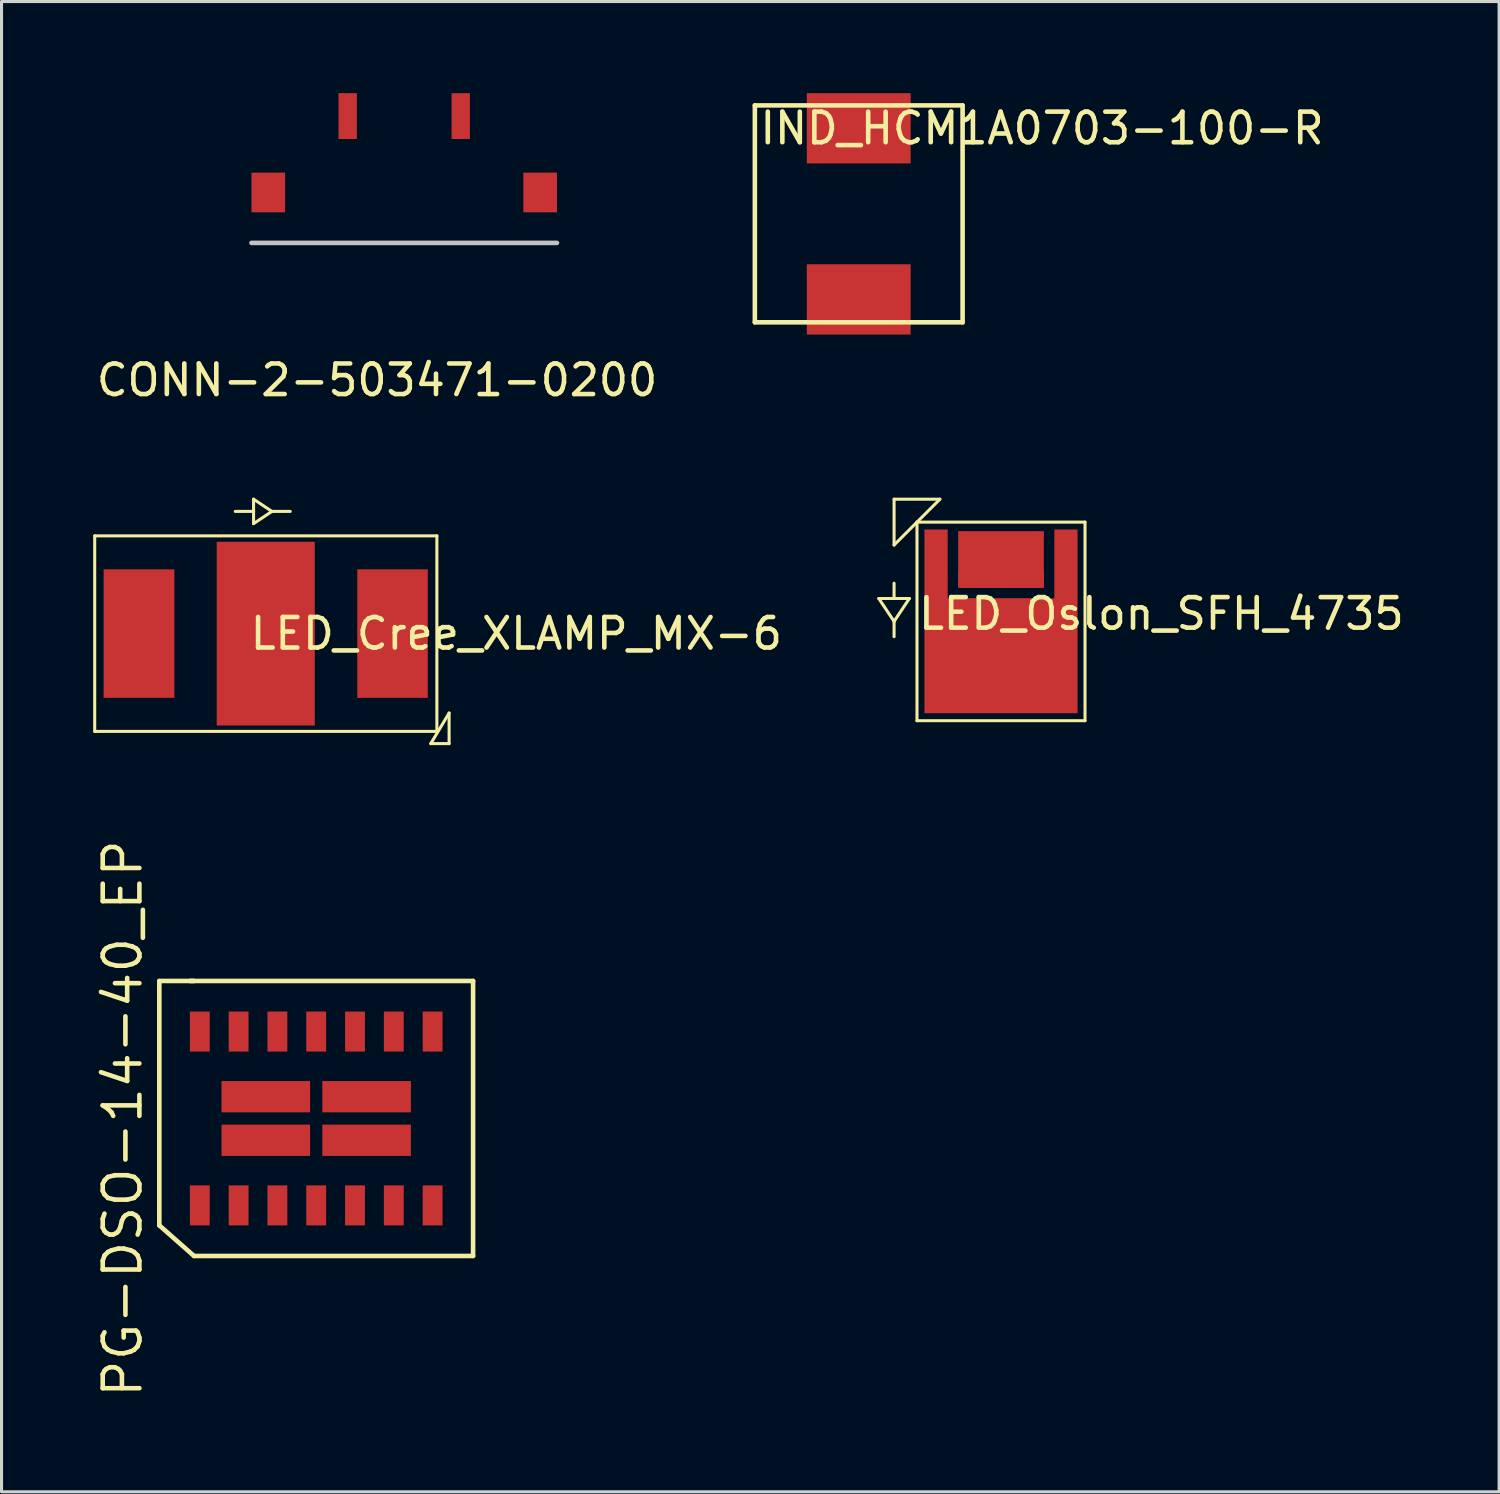
<source format=kicad_pcb>
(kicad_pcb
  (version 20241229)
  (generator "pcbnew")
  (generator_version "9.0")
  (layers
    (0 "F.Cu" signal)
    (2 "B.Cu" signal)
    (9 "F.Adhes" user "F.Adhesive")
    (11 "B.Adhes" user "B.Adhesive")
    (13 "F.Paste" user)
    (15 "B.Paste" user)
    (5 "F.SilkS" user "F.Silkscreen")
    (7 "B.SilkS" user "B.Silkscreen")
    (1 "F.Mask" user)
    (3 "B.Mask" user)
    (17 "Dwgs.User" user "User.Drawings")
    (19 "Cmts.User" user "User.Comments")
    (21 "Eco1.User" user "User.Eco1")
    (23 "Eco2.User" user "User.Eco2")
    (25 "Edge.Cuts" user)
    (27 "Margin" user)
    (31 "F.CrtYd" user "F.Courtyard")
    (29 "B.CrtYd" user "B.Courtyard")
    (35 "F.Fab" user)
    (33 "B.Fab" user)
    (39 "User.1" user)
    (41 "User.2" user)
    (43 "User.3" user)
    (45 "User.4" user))
  (footprint "PG-DSO-14-40_EP"
    (layer "F.Cu")
    (at 7.3 33.56)
    (property "Reference" "PG-DSO-14-40_EP" (at -6.335 0 90) (layer "F.SilkS") (effects (font (size 1.2 1.2) (thickness 0.15))))
    (attr through_hole)
    (fp_line (start -5.135 -4.5) (end -5.135 3.5) (stroke (width 0.15) (type solid)) (layer "F.SilkS"))
    (fp_line (start -4 -4.5) (end -5.135 -4.5) (stroke (width 0.15) (type solid)) (layer "F.SilkS"))
    (fp_line (start -4 4.5) (end -5.135 3.5) (stroke (width 0.15) (type solid)) (layer "F.SilkS"))
    (fp_line (start 5.135 -4.5) (end -4.135 -4.5) (stroke (width 0.15) (type solid)) (layer "F.SilkS"))
    (fp_line (start 5.135 4.5) (end -4 4.5) (stroke (width 0.15) (type solid)) (layer "F.SilkS"))
    (fp_line (start 5.135 4.5) (end 5.135 -4.5) (stroke (width 0.15) (type solid)) (layer "F.SilkS"))
    (pad "1" smd rect (at -3.81 2.845) (size 0.65 1.31) (layers "F.Cu" "F.Mask" "F.Paste"))
    (pad "2" smd rect (at -2.54 2.845) (size 0.65 1.31) (layers "F.Cu" "F.Mask" "F.Paste"))
    (pad "3" smd rect (at -1.27 2.845) (size 0.65 1.31) (layers "F.Cu" "F.Mask" "F.Paste"))
    (pad "4" smd rect (at 0 2.845) (size 0.65 1.31) (layers "F.Cu" "F.Mask" "F.Paste"))
    (pad "5" smd rect (at 1.27 2.845) (size 0.65 1.31) (layers "F.Cu" "F.Mask" "F.Paste"))
    (pad "6" smd rect (at 2.54 2.845) (size 0.65 1.31) (layers "F.Cu" "F.Mask" "F.Paste"))
    (pad "7" smd rect (at 3.81 2.845) (size 0.65 1.31) (layers "F.Cu" "F.Mask" "F.Paste"))
    (pad "8" smd rect (at 3.81 -2.845) (size 0.65 1.31) (layers "F.Cu" "F.Mask" "F.Paste"))
    (pad "9" smd rect (at 2.54 -2.845) (size 0.65 1.31) (layers "F.Cu" "F.Mask" "F.Paste"))
    (pad "10" smd rect (at 1.27 -2.845) (size 0.65 1.31) (layers "F.Cu" "F.Mask" "F.Paste"))
    (pad "11" smd rect (at 0 -2.845) (size 0.65 1.31) (layers "F.Cu" "F.Mask" "F.Paste"))
    (pad "12" smd rect (at -1.27 -2.845) (size 0.65 1.31) (layers "F.Cu" "F.Mask" "F.Paste"))
    (pad "13" smd rect (at -2.54 -2.845) (size 0.65 1.31) (layers "F.Cu" "F.Mask" "F.Paste"))
    (pad "14" smd rect (at -3.81 -2.845) (size 0.65 1.31) (layers "F.Cu" "F.Mask" "F.Paste"))
    (pad "15" smd rect (at -1.65 -0.713) (size 2.9 1.025) (layers "F.Cu" "F.Mask" "F.Paste"))
    (pad "15" smd rect (at -1.65 0.713) (size 2.9 1.025) (layers "F.Cu" "F.Mask" "F.Paste"))
    (pad "15" smd rect (at 1.65 -0.713) (size 2.9 1.025) (layers "F.Cu" "F.Mask" "F.Paste"))
    (pad "15" smd rect (at 1.65 0.713) (size 2.9 1.025) (layers "F.Cu" "F.Mask" "F.Paste")))
  (footprint "LED_Oslon_SFH_4735"
    (layer "F.Cu")
    (at 29.715 17.04)
    (property "Reference" "LED_Oslon_SFH_4735" (at 5.25 0 0) (layer "F.SilkS") (effects (font (size 1 1) (thickness 0.15))))
    (attr through_hole)
    (fp_poly (pts (xy -1.4 -0.9) (xy -1.4 -2.7) (xy 1.4 -2.7) (xy 1.4 -0.9)) (stroke (width 0.01) (type solid)) (fill yes) (layer "F.Cu"))
    (fp_poly (pts (xy -1.75 -2.75) (xy -2.5 -2.75) (xy -2.5 3.25) (xy 2.5 3.25) (xy 2.5 -2.75) (xy 1.75 -2.75) (xy 1.75 -0.5) (xy -1.75 -0.5)) (stroke (width 0.01) (type solid)) (fill yes) (layer "F.Cu"))
    (fp_line (start -4 -0.5) (end -3.5 -0.5) (stroke (width 0.1) (type solid)) (layer "F.SilkS"))
    (fp_line (start -3.5 -3.75) (end -2 -3.75) (stroke (width 0.1) (type solid)) (layer "F.SilkS"))
    (fp_line (start -3.5 -2.25) (end -3.5 -3.75) (stroke (width 0.1) (type solid)) (layer "F.SilkS"))
    (fp_line (start -3.5 -1) (end -3.5 -0.5) (stroke (width 0.1) (type solid)) (layer "F.SilkS"))
    (fp_line (start -3.5 -0.5) (end -3 -0.5) (stroke (width 0.1) (type solid)) (layer "F.SilkS"))
    (fp_line (start -3.5 0.25) (end -4 -0.5) (stroke (width 0.1) (type solid)) (layer "F.SilkS"))
    (fp_line (start -3.5 0.25) (end -3.5 0.75) (stroke (width 0.1) (type solid)) (layer "F.SilkS"))
    (fp_line (start -3 -0.5) (end -3.5 0.25) (stroke (width 0.1) (type solid)) (layer "F.SilkS"))
    (fp_line (start -2.75 -3) (end -2.75 3.5) (stroke (width 0.1) (type solid)) (layer "F.SilkS"))
    (fp_line (start -2.75 3.5) (end 2.75 3.5) (stroke (width 0.1) (type solid)) (layer "F.SilkS"))
    (fp_line (start -2 -3.75) (end -3.5 -2.25) (stroke (width 0.1) (type solid)) (layer "F.SilkS"))
    (fp_line (start 2.75 -3) (end -2.75 -3) (stroke (width 0.1) (type solid)) (layer "F.SilkS"))
    (fp_line (start 2.75 3.5) (end 2.75 -3) (stroke (width 0.1) (type solid)) (layer "F.SilkS"))
    (pad "1" smd rect (at 0 0) (size 2.8 1) (layers "F.Cu" "F.Mask" "F.Paste"))
    (pad "1" smd rect (at 0 1.12) (size 2.8 0.55) (layers "F.Cu" "F.Mask" "F.Paste"))
    (pad "1" smd rect (at 0 1.575) (size 0.7 1.45) (layers "F.Cu" "F.Mask" "F.Paste"))
    (pad "2" smd rect (at 0 -1.575 180) (size 0.7 1.45) (layers "F.Cu" "F.Mask" "F.Paste"))
    (pad "2" smd rect (at 0 -1.12 180) (size 2.8 0.55) (layers "F.Cu" "F.Mask" "F.Paste")))
  (footprint "CONN-2-503471-0200"
    (layer "F.Cu")
    (at 10.181 1.95)
    (property "Reference" "CONN-2-503471-0200" (at -0.889 7.442 0) (layer "F.SilkS") (effects (font (size 1 1) (thickness 0.15))))
    (attr through_hole)
    (fp_line (start -5 2.95) (end 5 2.95) (stroke (width 0.15) (type solid)) (layer "Dwgs.User"))
    (pad "0" smd rect (at -4.45 1.3) (size 1.1 1.3) (layers "F.Cu" "F.Mask" "F.Paste"))
    (pad "0" smd rect (at 4.45 1.3) (size 1.1 1.3) (layers "F.Cu" "F.Mask" "F.Paste"))
    (pad "1" smd rect (at -1.85 -1.2) (size 0.6 1.5) (layers "F.Cu" "F.Mask" "F.Paste"))
    (pad "2" smd rect (at 1.85 -1.2) (size 0.6 1.5) (layers "F.Cu" "F.Mask" "F.Paste")))
  (footprint "IND_HCM1A0703-100-R"
    (layer "F.Cu")
    (at 25.058 3.95)
    (property "Reference" "IND_HCM1A0703-100-R" (at 6 -2.8 0) (layer "F.SilkS") (effects (font (size 1 1) (thickness 0.15))))
    (attr through_hole)
    (fp_line (start -3.4 -3.55) (end -3.4 3.55) (stroke (width 0.15) (type solid)) (layer "F.SilkS"))
    (fp_line (start -3.4 3.55) (end 3.4 3.55) (stroke (width 0.15) (type solid)) (layer "F.SilkS"))
    (fp_line (start 3.4 -3.55) (end -3.4 -3.55) (stroke (width 0.15) (type solid)) (layer "F.SilkS"))
    (fp_line (start 3.4 3.55) (end 3.4 -3.55) (stroke (width 0.15) (type solid)) (layer "F.SilkS"))
    (pad "1" smd rect (at 0 2.8) (size 3.4 2.3) (layers "F.Cu" "F.Mask" "F.Paste"))
    (pad "2" smd rect (at 0 -2.8) (size 3.4 2.3) (layers "F.Cu" "F.Mask" "F.Paste")))
  (footprint "LED_Cree_XLAMP_MX-6"
    (layer "F.Cu")
    (at 5.65 17.69)
    (property "Reference" "LED_Cree_XLAMP_MX-6" (at 8.2 0 0) (layer "F.SilkS") (effects (font (size 1 1) (thickness 0.15))))
    (attr through_hole)
    (fp_poly (pts (xy -3 -2.1) (xy -3 2.1) (xy -5.3 2.1) (xy -5.3 -2.1)) (stroke (width 0.01) (type solid)) (fill yes) (layer "F.Cu"))
    (fp_poly (pts (xy -1.6 -3) (xy -1.6 3) (xy 1.6 3) (xy 1.6 -3)) (stroke (width 0.01) (type solid)) (fill yes) (layer "F.Cu"))
    (fp_poly (pts (xy 3 2.1) (xy 3 -2.1) (xy 5.3 -2.1) (xy 5.3 2.1)) (stroke (width 0.01) (type solid)) (fill yes) (layer "F.Cu"))
    (fp_line (start -5.6 -3.2) (end -5.6 3.2) (stroke (width 0.1) (type solid)) (layer "F.SilkS"))
    (fp_line (start -5.6 3.2) (end 5.6 3.2) (stroke (width 0.1) (type solid)) (layer "F.SilkS"))
    (fp_line (start -1 -4) (end -0.4 -4) (stroke (width 0.1) (type solid)) (layer "F.SilkS"))
    (fp_line (start -0.4 -4.4) (end 0.2 -4) (stroke (width 0.1) (type solid)) (layer "F.SilkS"))
    (fp_line (start -0.4 -4) (end -0.4 -4.4) (stroke (width 0.1) (type solid)) (layer "F.SilkS"))
    (fp_line (start -0.4 -3.6) (end -0.4 -4) (stroke (width 0.1) (type solid)) (layer "F.SilkS"))
    (fp_line (start 0.2 -4) (end -0.4 -3.6) (stroke (width 0.1) (type solid)) (layer "F.SilkS"))
    (fp_line (start 0.2 -4) (end 0.8 -4) (stroke (width 0.1) (type solid)) (layer "F.SilkS"))
    (fp_line (start 5.4 3.6) (end 6 3.6) (stroke (width 0.1) (type solid)) (layer "F.SilkS"))
    (fp_line (start 5.6 -3.2) (end -5.6 -3.2) (stroke (width 0.1) (type solid)) (layer "F.SilkS"))
    (fp_line (start 5.6 3.2) (end 5.6 -3.2) (stroke (width 0.1) (type solid)) (layer "F.SilkS"))
    (fp_line (start 6 2.6) (end 5.4 3.6) (stroke (width 0.1) (type solid)) (layer "F.SilkS"))
    (fp_line (start 6 3.6) (end 6 2.6) (stroke (width 0.1) (type solid)) (layer "F.SilkS"))
    (pad "0" smd rect (at 0 0) (size 1 3.9) (layers "F.Cu" "F.Mask" "F.Paste"))
    (pad "1" smd rect (at 4 0) (size 1.75 3.9) (layers "F.Cu" "F.Mask" "F.Paste"))
    (pad "2" smd rect (at -4 0 180) (size 1.75 3.9) (layers "F.Cu" "F.Mask" "F.Paste")))
  (gr_rect
    (start -3 -3)
    (end 46.019 45.779)
    (stroke (width 0.1) (type default))
    (fill no)
    (layer "Edge.Cuts")))
</source>
